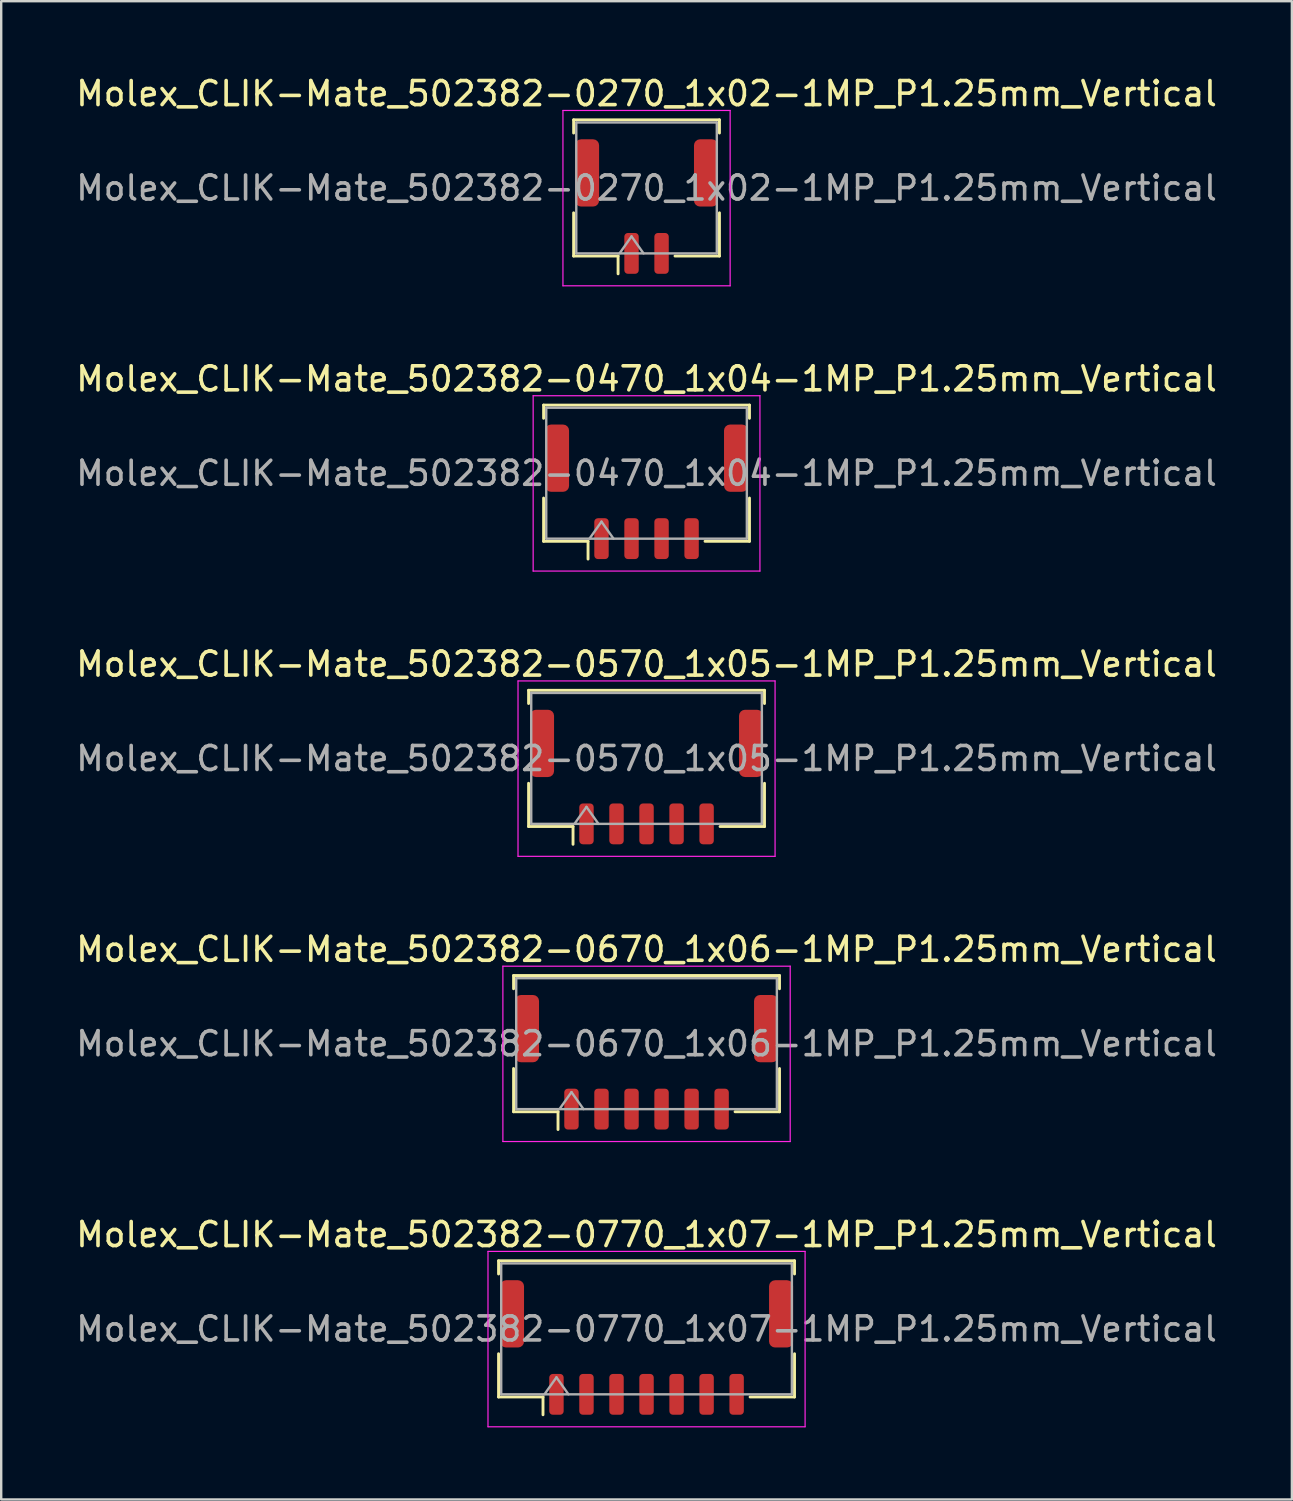
<source format=kicad_pcb>
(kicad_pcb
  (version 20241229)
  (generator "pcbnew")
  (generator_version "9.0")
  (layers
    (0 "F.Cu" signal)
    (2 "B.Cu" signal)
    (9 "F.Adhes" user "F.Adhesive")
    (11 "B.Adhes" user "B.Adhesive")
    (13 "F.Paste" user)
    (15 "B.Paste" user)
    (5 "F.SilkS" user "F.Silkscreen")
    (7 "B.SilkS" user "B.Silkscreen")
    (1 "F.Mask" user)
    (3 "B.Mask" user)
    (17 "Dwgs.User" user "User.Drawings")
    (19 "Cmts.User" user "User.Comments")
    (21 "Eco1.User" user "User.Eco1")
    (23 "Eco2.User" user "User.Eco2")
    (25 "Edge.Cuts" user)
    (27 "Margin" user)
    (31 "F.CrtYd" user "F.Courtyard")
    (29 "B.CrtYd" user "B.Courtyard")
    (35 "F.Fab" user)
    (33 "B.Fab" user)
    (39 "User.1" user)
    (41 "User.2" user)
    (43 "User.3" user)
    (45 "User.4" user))
  (footprint "Molex_CLIK-Mate_502382-0270_1x02-1MP_P1.25mm_Vertical"
    (layer "F.Cu")
    (at 23.863 5.548)
    (property "Reference" "Molex_CLIK-Mate_502382-0270_1x02-1MP_P1.25mm_Vertical" (at 0 -4.7 0) (layer "F.SilkS") (effects (font (size 1 1) (thickness 0.15))))
    (attr smd)
    (fp_line (start -3.035 -3.61) (end 3.035 -3.61) (stroke (width 0.12) (type solid)) (layer "F.SilkS"))
    (fp_line (start -3.035 -3.06) (end -3.035 -3.61) (stroke (width 0.12) (type solid)) (layer "F.SilkS"))
    (fp_line (start -3.035 0.26) (end -3.035 2.06) (stroke (width 0.12) (type solid)) (layer "F.SilkS"))
    (fp_line (start -3.035 2.06) (end -1.185 2.06) (stroke (width 0.12) (type solid)) (layer "F.SilkS"))
    (fp_line (start -1.185 2.06) (end -1.185 2.8) (stroke (width 0.12) (type solid)) (layer "F.SilkS"))
    (fp_line (start 3.035 -3.61) (end 3.035 -3.06) (stroke (width 0.12) (type solid)) (layer "F.SilkS"))
    (fp_line (start 3.035 0.26) (end 3.035 2.06) (stroke (width 0.12) (type solid)) (layer "F.SilkS"))
    (fp_line (start 3.035 2.06) (end 1.185 2.06) (stroke (width 0.12) (type solid)) (layer "F.SilkS"))
    (fp_line (start -3.48 -4) (end -3.48 3.3) (stroke (width 0.05) (type solid)) (layer "F.CrtYd"))
    (fp_line (start -3.48 3.3) (end 3.48 3.3) (stroke (width 0.05) (type solid)) (layer "F.CrtYd"))
    (fp_line (start 3.48 -4) (end -3.48 -4) (stroke (width 0.05) (type solid)) (layer "F.CrtYd"))
    (fp_line (start 3.48 3.3) (end 3.48 -4) (stroke (width 0.05) (type solid)) (layer "F.CrtYd"))
    (fp_line (start -2.925 -3.5) (end 2.925 -3.5) (stroke (width 0.1) (type solid)) (layer "F.Fab"))
    (fp_line (start -2.925 1.95) (end -2.925 -3.5) (stroke (width 0.1) (type solid)) (layer "F.Fab"))
    (fp_line (start -2.925 1.95) (end 2.925 1.95) (stroke (width 0.1) (type solid)) (layer "F.Fab"))
    (fp_line (start -1.125 1.95) (end -0.625 1.243) (stroke (width 0.1) (type solid)) (layer "F.Fab"))
    (fp_line (start -0.625 1.243) (end -0.125 1.95) (stroke (width 0.1) (type solid)) (layer "F.Fab"))
    (fp_line (start 2.925 1.95) (end 2.925 -3.5) (stroke (width 0.1) (type solid)) (layer "F.Fab"))
    (fp_text user "${REFERENCE}" (at 0 -0.77 0) (layer "F.Fab") (effects (font (size 1 1) (thickness 0.15))))
    (pad "1" smd roundrect (at -0.625 1.95) (size 0.6 1.7) (layers "F.Cu" "F.Mask" "F.Paste") (roundrect_rratio 0.25))
    (pad "2" smd roundrect (at 0.625 1.95) (size 0.6 1.7) (layers "F.Cu" "F.Mask" "F.Paste") (roundrect_rratio 0.25))
    (pad "MP" smd roundrect (at -2.475 -1.4) (size 1 2.8) (layers "F.Cu" "F.Mask" "F.Paste") (roundrect_rratio 0.25))
    (pad "MP" smd roundrect (at 2.475 -1.4) (size 1 2.8) (layers "F.Cu" "F.Mask" "F.Paste") (roundrect_rratio 0.25)))
  (footprint "Molex_CLIK-Mate_502382-0570_1x05-1MP_P1.25mm_Vertical"
    (layer "F.Cu")
    (at 23.863 29.295)
    (property "Reference" "Molex_CLIK-Mate_502382-0570_1x05-1MP_P1.25mm_Vertical" (at 0 -4.7 0) (layer "F.SilkS") (effects (font (size 1 1) (thickness 0.15))))
    (attr smd)
    (fp_line (start -4.91 -3.61) (end 4.91 -3.61) (stroke (width 0.12) (type solid)) (layer "F.SilkS"))
    (fp_line (start -4.91 -3.06) (end -4.91 -3.61) (stroke (width 0.12) (type solid)) (layer "F.SilkS"))
    (fp_line (start -4.91 0.26) (end -4.91 2.06) (stroke (width 0.12) (type solid)) (layer "F.SilkS"))
    (fp_line (start -4.91 2.06) (end -3.06 2.06) (stroke (width 0.12) (type solid)) (layer "F.SilkS"))
    (fp_line (start -3.06 2.06) (end -3.06 2.8) (stroke (width 0.12) (type solid)) (layer "F.SilkS"))
    (fp_line (start 4.91 -3.61) (end 4.91 -3.06) (stroke (width 0.12) (type solid)) (layer "F.SilkS"))
    (fp_line (start 4.91 0.26) (end 4.91 2.06) (stroke (width 0.12) (type solid)) (layer "F.SilkS"))
    (fp_line (start 4.91 2.06) (end 3.06 2.06) (stroke (width 0.12) (type solid)) (layer "F.SilkS"))
    (fp_line (start -5.35 -4) (end -5.35 3.3) (stroke (width 0.05) (type solid)) (layer "F.CrtYd"))
    (fp_line (start -5.35 3.3) (end 5.35 3.3) (stroke (width 0.05) (type solid)) (layer "F.CrtYd"))
    (fp_line (start 5.35 -4) (end -5.35 -4) (stroke (width 0.05) (type solid)) (layer "F.CrtYd"))
    (fp_line (start 5.35 3.3) (end 5.35 -4) (stroke (width 0.05) (type solid)) (layer "F.CrtYd"))
    (fp_line (start -4.8 -3.5) (end 4.8 -3.5) (stroke (width 0.1) (type solid)) (layer "F.Fab"))
    (fp_line (start -4.8 1.95) (end -4.8 -3.5) (stroke (width 0.1) (type solid)) (layer "F.Fab"))
    (fp_line (start -4.8 1.95) (end 4.8 1.95) (stroke (width 0.1) (type solid)) (layer "F.Fab"))
    (fp_line (start -3 1.95) (end -2.5 1.243) (stroke (width 0.1) (type solid)) (layer "F.Fab"))
    (fp_line (start -2.5 1.243) (end -2 1.95) (stroke (width 0.1) (type solid)) (layer "F.Fab"))
    (fp_line (start 4.8 1.95) (end 4.8 -3.5) (stroke (width 0.1) (type solid)) (layer "F.Fab"))
    (fp_text user "${REFERENCE}" (at 0 -0.77 0) (layer "F.Fab") (effects (font (size 1 1) (thickness 0.15))))
    (pad "1" smd roundrect (at -2.5 1.95) (size 0.6 1.7) (layers "F.Cu" "F.Mask" "F.Paste") (roundrect_rratio 0.25))
    (pad "2" smd roundrect (at -1.25 1.95) (size 0.6 1.7) (layers "F.Cu" "F.Mask" "F.Paste") (roundrect_rratio 0.25))
    (pad "3" smd roundrect (at 0 1.95) (size 0.6 1.7) (layers "F.Cu" "F.Mask" "F.Paste") (roundrect_rratio 0.25))
    (pad "4" smd roundrect (at 1.25 1.95) (size 0.6 1.7) (layers "F.Cu" "F.Mask" "F.Paste") (roundrect_rratio 0.25))
    (pad "5" smd roundrect (at 2.5 1.95) (size 0.6 1.7) (layers "F.Cu" "F.Mask" "F.Paste") (roundrect_rratio 0.25))
    (pad "MP" smd roundrect (at -4.35 -1.4) (size 1 2.8) (layers "F.Cu" "F.Mask" "F.Paste") (roundrect_rratio 0.25))
    (pad "MP" smd roundrect (at 4.35 -1.4) (size 1 2.8) (layers "F.Cu" "F.Mask" "F.Paste") (roundrect_rratio 0.25)))
  (footprint "Molex_CLIK-Mate_502382-0770_1x07-1MP_P1.25mm_Vertical"
    (layer "F.Cu")
    (at 23.863 53.041)
    (property "Reference" "Molex_CLIK-Mate_502382-0770_1x07-1MP_P1.25mm_Vertical" (at 0 -4.7 0) (layer "F.SilkS") (effects (font (size 1 1) (thickness 0.15))))
    (attr smd)
    (fp_line (start -6.16 -3.61) (end 6.16 -3.61) (stroke (width 0.12) (type solid)) (layer "F.SilkS"))
    (fp_line (start -6.16 -3.06) (end -6.16 -3.61) (stroke (width 0.12) (type solid)) (layer "F.SilkS"))
    (fp_line (start -6.16 0.26) (end -6.16 2.06) (stroke (width 0.12) (type solid)) (layer "F.SilkS"))
    (fp_line (start -6.16 2.06) (end -4.31 2.06) (stroke (width 0.12) (type solid)) (layer "F.SilkS"))
    (fp_line (start -4.31 2.06) (end -4.31 2.8) (stroke (width 0.12) (type solid)) (layer "F.SilkS"))
    (fp_line (start 6.16 -3.61) (end 6.16 -3.06) (stroke (width 0.12) (type solid)) (layer "F.SilkS"))
    (fp_line (start 6.16 0.26) (end 6.16 2.06) (stroke (width 0.12) (type solid)) (layer "F.SilkS"))
    (fp_line (start 6.16 2.06) (end 4.31 2.06) (stroke (width 0.12) (type solid)) (layer "F.SilkS"))
    (fp_line (start -6.6 -4) (end -6.6 3.3) (stroke (width 0.05) (type solid)) (layer "F.CrtYd"))
    (fp_line (start -6.6 3.3) (end 6.6 3.3) (stroke (width 0.05) (type solid)) (layer "F.CrtYd"))
    (fp_line (start 6.6 -4) (end -6.6 -4) (stroke (width 0.05) (type solid)) (layer "F.CrtYd"))
    (fp_line (start 6.6 3.3) (end 6.6 -4) (stroke (width 0.05) (type solid)) (layer "F.CrtYd"))
    (fp_line (start -6.05 -3.5) (end 6.05 -3.5) (stroke (width 0.1) (type solid)) (layer "F.Fab"))
    (fp_line (start -6.05 1.95) (end -6.05 -3.5) (stroke (width 0.1) (type solid)) (layer "F.Fab"))
    (fp_line (start -6.05 1.95) (end 6.05 1.95) (stroke (width 0.1) (type solid)) (layer "F.Fab"))
    (fp_line (start -4.25 1.95) (end -3.75 1.243) (stroke (width 0.1) (type solid)) (layer "F.Fab"))
    (fp_line (start -3.75 1.243) (end -3.25 1.95) (stroke (width 0.1) (type solid)) (layer "F.Fab"))
    (fp_line (start 6.05 1.95) (end 6.05 -3.5) (stroke (width 0.1) (type solid)) (layer "F.Fab"))
    (fp_text user "${REFERENCE}" (at 0 -0.77 0) (layer "F.Fab") (effects (font (size 1 1) (thickness 0.15))))
    (pad "1" smd roundrect (at -3.75 1.95) (size 0.6 1.7) (layers "F.Cu" "F.Mask" "F.Paste") (roundrect_rratio 0.25))
    (pad "2" smd roundrect (at -2.5 1.95) (size 0.6 1.7) (layers "F.Cu" "F.Mask" "F.Paste") (roundrect_rratio 0.25))
    (pad "3" smd roundrect (at -1.25 1.95) (size 0.6 1.7) (layers "F.Cu" "F.Mask" "F.Paste") (roundrect_rratio 0.25))
    (pad "4" smd roundrect (at 0 1.95) (size 0.6 1.7) (layers "F.Cu" "F.Mask" "F.Paste") (roundrect_rratio 0.25))
    (pad "5" smd roundrect (at 1.25 1.95) (size 0.6 1.7) (layers "F.Cu" "F.Mask" "F.Paste") (roundrect_rratio 0.25))
    (pad "6" smd roundrect (at 2.5 1.95) (size 0.6 1.7) (layers "F.Cu" "F.Mask" "F.Paste") (roundrect_rratio 0.25))
    (pad "7" smd roundrect (at 3.75 1.95) (size 0.6 1.7) (layers "F.Cu" "F.Mask" "F.Paste") (roundrect_rratio 0.25))
    (pad "MP" smd roundrect (at -5.6 -1.4) (size 1 2.8) (layers "F.Cu" "F.Mask" "F.Paste") (roundrect_rratio 0.25))
    (pad "MP" smd roundrect (at 5.6 -1.4) (size 1 2.8) (layers "F.Cu" "F.Mask" "F.Paste") (roundrect_rratio 0.25)))
  (footprint "Molex_CLIK-Mate_502382-0470_1x04-1MP_P1.25mm_Vertical"
    (layer "F.Cu")
    (at 23.863 17.422)
    (property "Reference" "Molex_CLIK-Mate_502382-0470_1x04-1MP_P1.25mm_Vertical" (at 0 -4.7 0) (layer "F.SilkS") (effects (font (size 1 1) (thickness 0.15))))
    (attr smd)
    (fp_line (start -4.285 -3.61) (end 4.285 -3.61) (stroke (width 0.12) (type solid)) (layer "F.SilkS"))
    (fp_line (start -4.285 -3.06) (end -4.285 -3.61) (stroke (width 0.12) (type solid)) (layer "F.SilkS"))
    (fp_line (start -4.285 0.26) (end -4.285 2.06) (stroke (width 0.12) (type solid)) (layer "F.SilkS"))
    (fp_line (start -4.285 2.06) (end -2.435 2.06) (stroke (width 0.12) (type solid)) (layer "F.SilkS"))
    (fp_line (start -2.435 2.06) (end -2.435 2.8) (stroke (width 0.12) (type solid)) (layer "F.SilkS"))
    (fp_line (start 4.285 -3.61) (end 4.285 -3.06) (stroke (width 0.12) (type solid)) (layer "F.SilkS"))
    (fp_line (start 4.285 0.26) (end 4.285 2.06) (stroke (width 0.12) (type solid)) (layer "F.SilkS"))
    (fp_line (start 4.285 2.06) (end 2.435 2.06) (stroke (width 0.12) (type solid)) (layer "F.SilkS"))
    (fp_line (start -4.72 -4) (end -4.72 3.3) (stroke (width 0.05) (type solid)) (layer "F.CrtYd"))
    (fp_line (start -4.72 3.3) (end 4.72 3.3) (stroke (width 0.05) (type solid)) (layer "F.CrtYd"))
    (fp_line (start 4.72 -4) (end -4.72 -4) (stroke (width 0.05) (type solid)) (layer "F.CrtYd"))
    (fp_line (start 4.72 3.3) (end 4.72 -4) (stroke (width 0.05) (type solid)) (layer "F.CrtYd"))
    (fp_line (start -4.175 -3.5) (end 4.175 -3.5) (stroke (width 0.1) (type solid)) (layer "F.Fab"))
    (fp_line (start -4.175 1.95) (end -4.175 -3.5) (stroke (width 0.1) (type solid)) (layer "F.Fab"))
    (fp_line (start -4.175 1.95) (end 4.175 1.95) (stroke (width 0.1) (type solid)) (layer "F.Fab"))
    (fp_line (start -2.375 1.95) (end -1.875 1.243) (stroke (width 0.1) (type solid)) (layer "F.Fab"))
    (fp_line (start -1.875 1.243) (end -1.375 1.95) (stroke (width 0.1) (type solid)) (layer "F.Fab"))
    (fp_line (start 4.175 1.95) (end 4.175 -3.5) (stroke (width 0.1) (type solid)) (layer "F.Fab"))
    (fp_text user "${REFERENCE}" (at 0 -0.77 0) (layer "F.Fab") (effects (font (size 1 1) (thickness 0.15))))
    (pad "1" smd roundrect (at -1.875 1.95) (size 0.6 1.7) (layers "F.Cu" "F.Mask" "F.Paste") (roundrect_rratio 0.25))
    (pad "2" smd roundrect (at -0.625 1.95) (size 0.6 1.7) (layers "F.Cu" "F.Mask" "F.Paste") (roundrect_rratio 0.25))
    (pad "3" smd roundrect (at 0.625 1.95) (size 0.6 1.7) (layers "F.Cu" "F.Mask" "F.Paste") (roundrect_rratio 0.25))
    (pad "4" smd roundrect (at 1.875 1.95) (size 0.6 1.7) (layers "F.Cu" "F.Mask" "F.Paste") (roundrect_rratio 0.25))
    (pad "MP" smd roundrect (at -3.725 -1.4) (size 1 2.8) (layers "F.Cu" "F.Mask" "F.Paste") (roundrect_rratio 0.25))
    (pad "MP" smd roundrect (at 3.725 -1.4) (size 1 2.8) (layers "F.Cu" "F.Mask" "F.Paste") (roundrect_rratio 0.25)))
  (footprint "Molex_CLIK-Mate_502382-0670_1x06-1MP_P1.25mm_Vertical"
    (layer "F.Cu")
    (at 23.863 41.168)
    (property "Reference" "Molex_CLIK-Mate_502382-0670_1x06-1MP_P1.25mm_Vertical" (at 0 -4.7 0) (layer "F.SilkS") (effects (font (size 1 1) (thickness 0.15))))
    (attr smd)
    (fp_line (start -5.535 -3.61) (end 5.535 -3.61) (stroke (width 0.12) (type solid)) (layer "F.SilkS"))
    (fp_line (start -5.535 -3.06) (end -5.535 -3.61) (stroke (width 0.12) (type solid)) (layer "F.SilkS"))
    (fp_line (start -5.535 0.26) (end -5.535 2.06) (stroke (width 0.12) (type solid)) (layer "F.SilkS"))
    (fp_line (start -5.535 2.06) (end -3.685 2.06) (stroke (width 0.12) (type solid)) (layer "F.SilkS"))
    (fp_line (start -3.685 2.06) (end -3.685 2.8) (stroke (width 0.12) (type solid)) (layer "F.SilkS"))
    (fp_line (start 5.535 -3.61) (end 5.535 -3.06) (stroke (width 0.12) (type solid)) (layer "F.SilkS"))
    (fp_line (start 5.535 0.26) (end 5.535 2.06) (stroke (width 0.12) (type solid)) (layer "F.SilkS"))
    (fp_line (start 5.535 2.06) (end 3.685 2.06) (stroke (width 0.12) (type solid)) (layer "F.SilkS"))
    (fp_line (start -5.98 -4) (end -5.98 3.3) (stroke (width 0.05) (type solid)) (layer "F.CrtYd"))
    (fp_line (start -5.98 3.3) (end 5.98 3.3) (stroke (width 0.05) (type solid)) (layer "F.CrtYd"))
    (fp_line (start 5.98 -4) (end -5.98 -4) (stroke (width 0.05) (type solid)) (layer "F.CrtYd"))
    (fp_line (start 5.98 3.3) (end 5.98 -4) (stroke (width 0.05) (type solid)) (layer "F.CrtYd"))
    (fp_line (start -5.425 -3.5) (end 5.425 -3.5) (stroke (width 0.1) (type solid)) (layer "F.Fab"))
    (fp_line (start -5.425 1.95) (end -5.425 -3.5) (stroke (width 0.1) (type solid)) (layer "F.Fab"))
    (fp_line (start -5.425 1.95) (end 5.425 1.95) (stroke (width 0.1) (type solid)) (layer "F.Fab"))
    (fp_line (start -3.625 1.95) (end -3.125 1.243) (stroke (width 0.1) (type solid)) (layer "F.Fab"))
    (fp_line (start -3.125 1.243) (end -2.625 1.95) (stroke (width 0.1) (type solid)) (layer "F.Fab"))
    (fp_line (start 5.425 1.95) (end 5.425 -3.5) (stroke (width 0.1) (type solid)) (layer "F.Fab"))
    (fp_text user "${REFERENCE}" (at 0 -0.77 0) (layer "F.Fab") (effects (font (size 1 1) (thickness 0.15))))
    (pad "1" smd roundrect (at -3.125 1.95) (size 0.6 1.7) (layers "F.Cu" "F.Mask" "F.Paste") (roundrect_rratio 0.25))
    (pad "2" smd roundrect (at -1.875 1.95) (size 0.6 1.7) (layers "F.Cu" "F.Mask" "F.Paste") (roundrect_rratio 0.25))
    (pad "3" smd roundrect (at -0.625 1.95) (size 0.6 1.7) (layers "F.Cu" "F.Mask" "F.Paste") (roundrect_rratio 0.25))
    (pad "4" smd roundrect (at 0.625 1.95) (size 0.6 1.7) (layers "F.Cu" "F.Mask" "F.Paste") (roundrect_rratio 0.25))
    (pad "5" smd roundrect (at 1.875 1.95) (size 0.6 1.7) (layers "F.Cu" "F.Mask" "F.Paste") (roundrect_rratio 0.25))
    (pad "6" smd roundrect (at 3.125 1.95) (size 0.6 1.7) (layers "F.Cu" "F.Mask" "F.Paste") (roundrect_rratio 0.25))
    (pad "MP" smd roundrect (at -4.975 -1.4) (size 1 2.8) (layers "F.Cu" "F.Mask" "F.Paste") (roundrect_rratio 0.25))
    (pad "MP" smd roundrect (at 4.975 -1.4) (size 1 2.8) (layers "F.Cu" "F.Mask" "F.Paste") (roundrect_rratio 0.25)))
  (gr_rect
    (start -3 -3)
    (end 50.726 59.366)
    (stroke (width 0.1) (type default))
    (fill no)
    (layer "Edge.Cuts")))
</source>
